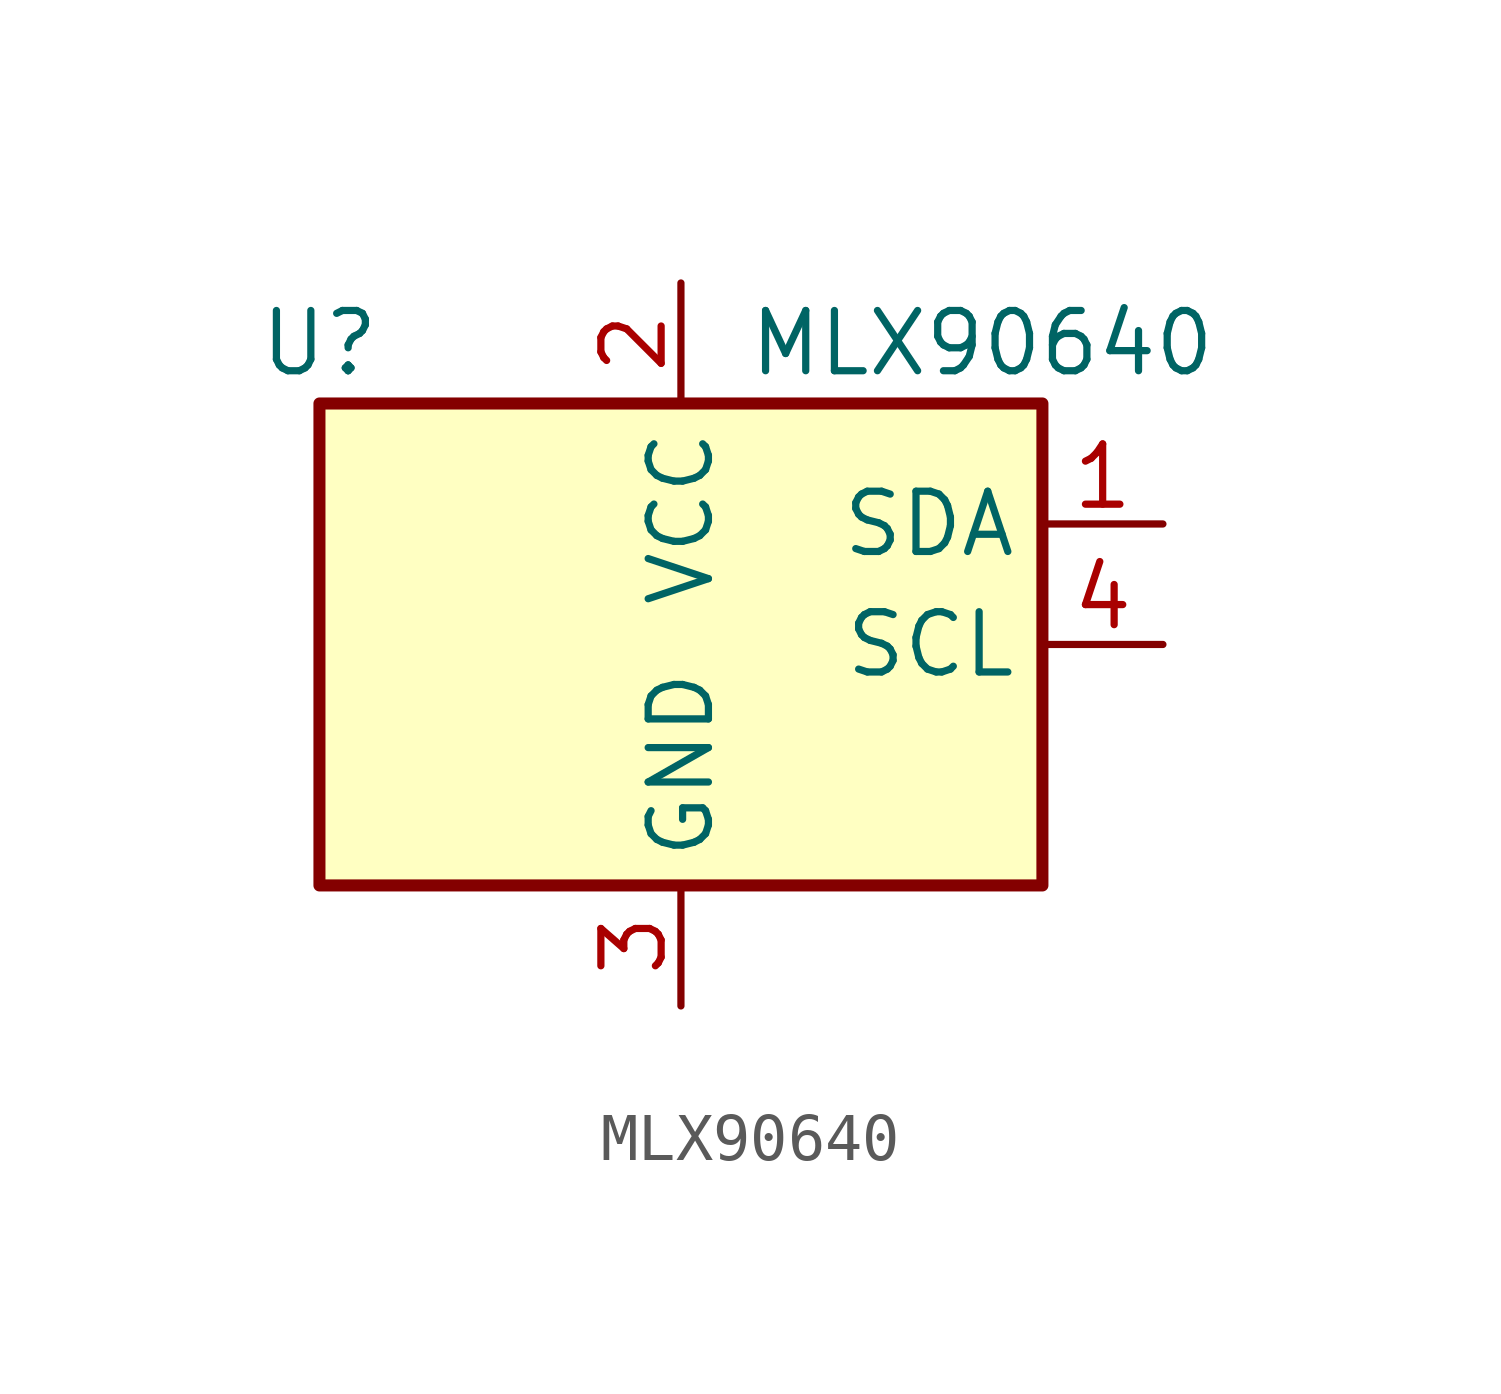
<source format=kicad_sym>
(kicad_symbol_lib
  (version 20211014)
  (generator kicad_symbol_editor)
  (symbol "MLX90640"
    (property "Reference" "U"
      (at -7.62 6.35 0)
      (effects (font (size 1.27 1.27))))
    (property "Value" "MLX90640"
      (at 6.35 6.35 0)
      (effects (font (size 1.27 1.27))))
    (symbol "MLX90640_1_1"
      (rectangle (start -7.62 5.08) (end 7.62 -5.08) (stroke (width 0.254) (type default) (color 0 0 0 0)) (fill (type background)))
      (pin bidirectional line (at 10.16 2.54 180) (length 2.54) (name "SDA" (effects (font (size 1.27 1.27)))) (number "1" (effects (font (size 1.27 1.27)))))
      (pin power_in line (at 0 7.62 270) (length 2.54) (name "VCC" (effects (font (size 1.27 1.27)))) (number "2" (effects (font (size 1.27 1.27)))))
      (pin power_in line (at 0 -7.62 90) (length 2.54) (name "GND" (effects (font (size 1.27 1.27)))) (number "3" (effects (font (size 1.27 1.27)))))
      (pin input line (at 10.16 0 180) (length 2.54) (name "SCL" (effects (font (size 1.27 1.27)))) (number "4" (effects (font (size 1.27 1.27))))))))
</source>
